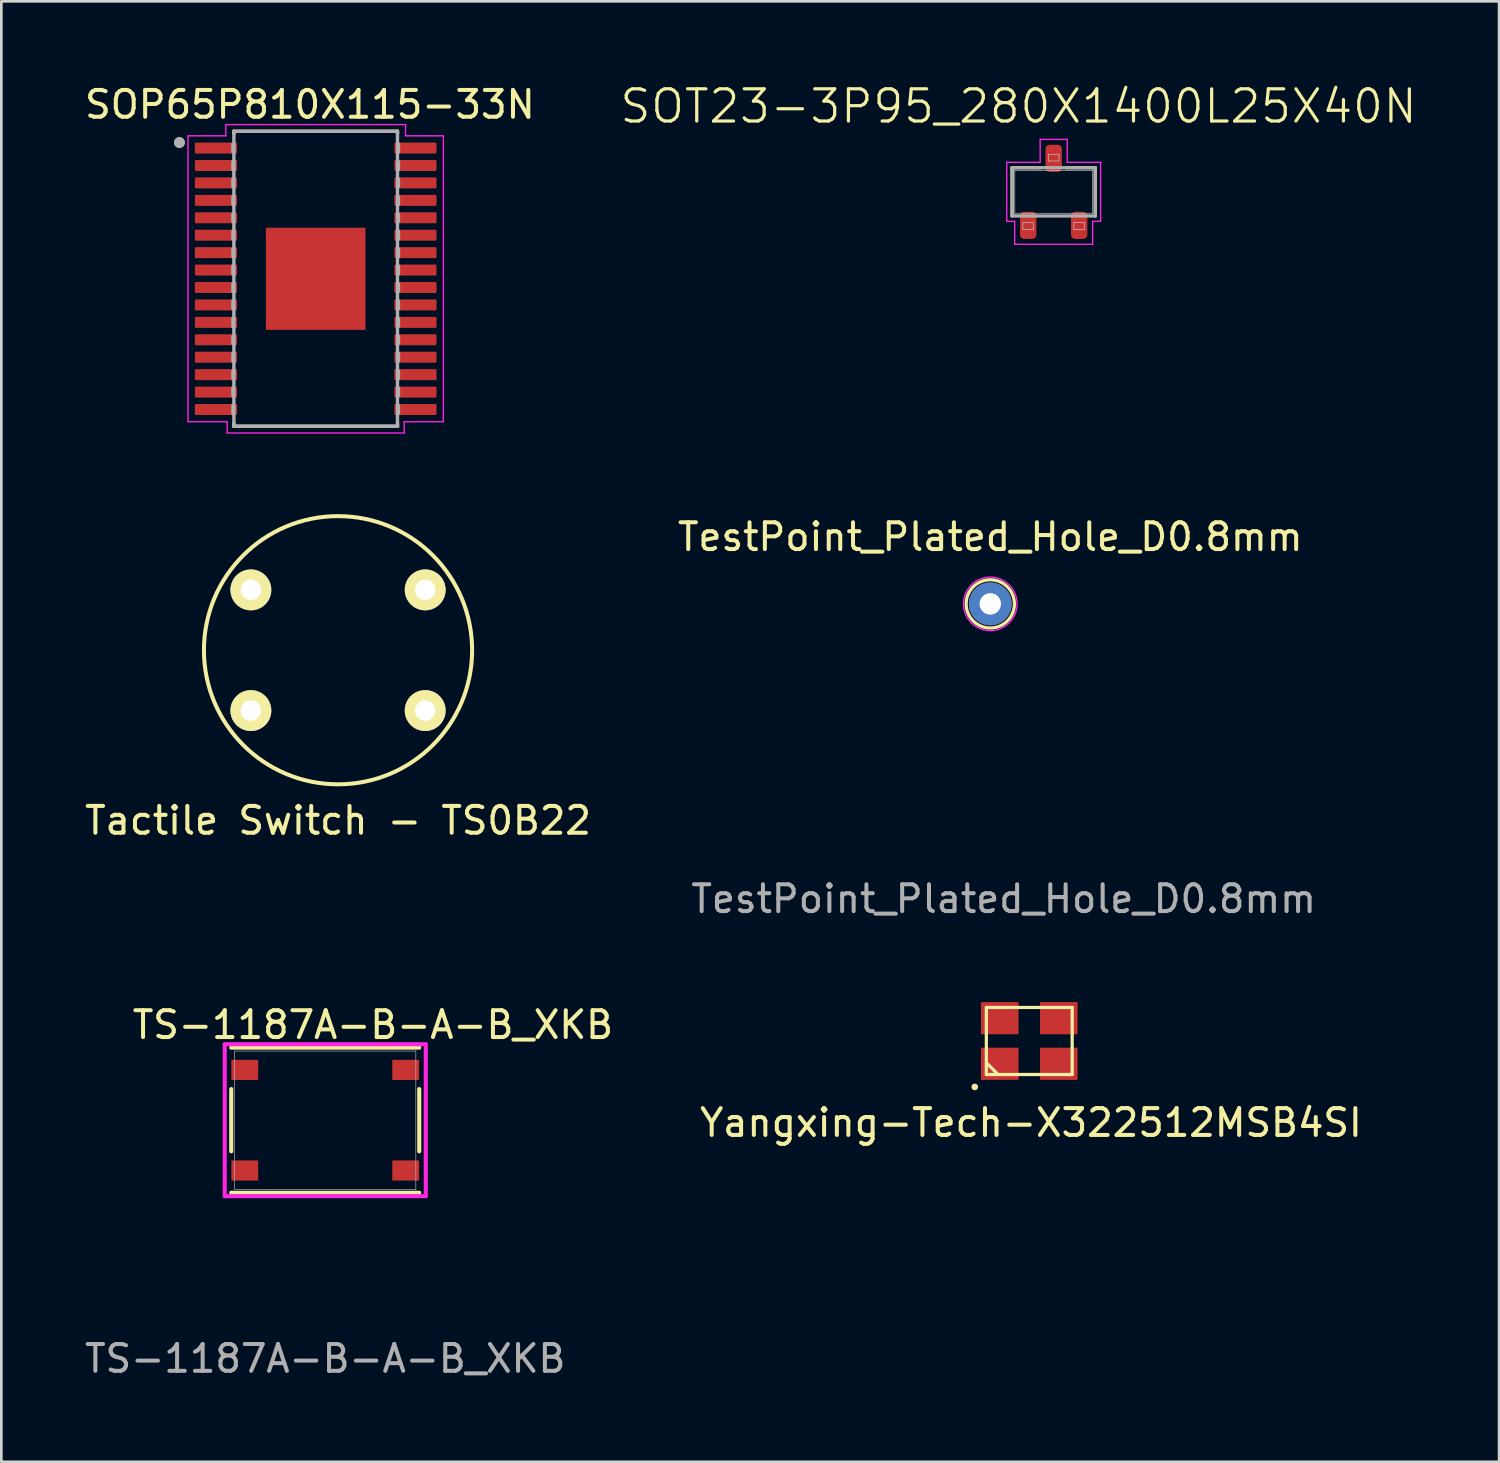
<source format=kicad_pcb>
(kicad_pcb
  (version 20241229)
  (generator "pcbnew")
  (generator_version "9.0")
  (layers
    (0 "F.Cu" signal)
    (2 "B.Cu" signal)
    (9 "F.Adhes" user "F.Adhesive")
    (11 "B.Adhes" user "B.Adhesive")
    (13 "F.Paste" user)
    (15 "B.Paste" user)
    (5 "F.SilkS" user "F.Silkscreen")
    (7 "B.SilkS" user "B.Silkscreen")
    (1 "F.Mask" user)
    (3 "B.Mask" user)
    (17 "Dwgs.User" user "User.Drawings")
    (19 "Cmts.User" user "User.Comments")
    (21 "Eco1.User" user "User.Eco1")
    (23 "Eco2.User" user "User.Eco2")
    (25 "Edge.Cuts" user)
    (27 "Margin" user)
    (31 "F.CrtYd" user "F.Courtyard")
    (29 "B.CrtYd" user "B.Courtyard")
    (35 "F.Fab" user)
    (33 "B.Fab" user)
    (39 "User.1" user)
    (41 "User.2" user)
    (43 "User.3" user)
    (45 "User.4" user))
  (footprint "Yangxing-Tech-X322512MSB4SI"
    (layer "F.Cu")
    (at 35.328 35.765)
    (property "Reference" "Yangxing-Tech-X322512MSB4SI" (at 0.064 3.048 0) (layer "F.SilkS") (effects (font (size 1 1) (thickness 0.15))))
    (attr smd)
    (fp_line (start -1.6 -1.25) (end -1.6 1.25) (stroke (width 0.12) (type solid)) (layer "F.SilkS"))
    (fp_line (start -1.6 -1.25) (end 1.6 -1.25) (stroke (width 0.12) (type solid)) (layer "F.SilkS"))
    (fp_line (start -1.587 0.826) (end -1.206 1.206) (stroke (width 0.12) (type solid)) (layer "F.SilkS"))
    (fp_line (start 1.6 -1.25) (end 1.6 1.25) (stroke (width 0.12) (type solid)) (layer "F.SilkS"))
    (fp_line (start 1.6 1.25) (end -1.6 1.25) (stroke (width 0.12) (type solid)) (layer "F.SilkS"))
    (fp_circle (center -2.032 1.714) (end -2.032 1.778) (stroke (width 0.12) (type solid)) (fill no) (layer "F.SilkS"))
    (pad "1" smd rect (at -1.1 0.85) (size 1.4 1.2) (layers "F.Cu" "F.Mask" "F.Paste"))
    (pad "2" smd rect (at 1.1 0.85) (size 1.4 1.2) (layers "F.Cu" "F.Mask" "F.Paste"))
    (pad "3" smd rect (at 1.1 -0.85) (size 1.4 1.2) (layers "F.Cu" "F.Mask" "F.Paste"))
    (pad "4" smd rect (at -1.1 -0.85) (size 1.4 1.2) (layers "F.Cu" "F.Mask" "F.Paste")))
  (footprint "TS-1187A-B-A-B_XKB"
    (layer "F.Cu")
    (at 9.077 38.719)
    (property "Reference" "TS-1187A-B-A-B_XKB" (at 1.778 -3.556 0) (unlocked yes) (layer "F.SilkS") (effects (font (size 1 1) (thickness 0.15))))
    (attr smd)
    (fp_line (start -3.505 -1.161) (end -3.505 1.161) (stroke (width 0.152) (type solid)) (layer "F.SilkS"))
    (fp_line (start -3.505 2.705) (end 3.505 2.705) (stroke (width 0.152) (type solid)) (layer "F.SilkS"))
    (fp_line (start 3.505 -2.705) (end -3.505 -2.705) (stroke (width 0.152) (type solid)) (layer "F.SilkS"))
    (fp_line (start 3.505 1.161) (end 3.505 -1.161) (stroke (width 0.152) (type solid)) (layer "F.SilkS"))
    (fp_line (start -3.749 -2.832) (end -3.749 2.832) (stroke (width 0.152) (type solid)) (layer "F.CrtYd"))
    (fp_line (start -3.749 2.832) (end 3.749 2.832) (stroke (width 0.152) (type solid)) (layer "F.CrtYd"))
    (fp_line (start 3.749 -2.832) (end -3.749 -2.832) (stroke (width 0.152) (type solid)) (layer "F.CrtYd"))
    (fp_line (start 3.749 2.832) (end 3.749 -2.832) (stroke (width 0.152) (type solid)) (layer "F.CrtYd"))
    (fp_line (start -3.378 -2.578) (end -3.378 2.578) (stroke (width 0.025) (type solid)) (layer "F.Fab"))
    (fp_line (start -3.378 2.578) (end 3.378 2.578) (stroke (width 0.025) (type solid)) (layer "F.Fab"))
    (fp_line (start 3.378 -2.578) (end -3.378 -2.578) (stroke (width 0.025) (type solid)) (layer "F.Fab"))
    (fp_line (start 3.378 2.578) (end 3.378 -2.578) (stroke (width 0.025) (type solid)) (layer "F.Fab"))
    (fp_text user "${REFERENCE}" (at 0 8.89 0) (unlocked yes) (layer "F.Fab") (effects (font (size 1 1) (thickness 0.15))))
    (pad "1" smd rect (at -3 -1.875) (size 1 0.75) (layers "F.Cu" "F.Mask" "F.Paste"))
    (pad "2" smd rect (at 3 -1.875) (size 1 0.75) (layers "F.Cu" "F.Mask" "F.Paste"))
    (pad "3" smd rect (at -3 1.875) (size 1 0.75) (layers "F.Cu" "F.Mask" "F.Paste"))
    (pad "4" smd rect (at 3 1.875) (size 1 0.75) (layers "F.Cu" "F.Mask" "F.Paste")))
  (footprint "Tactile Switch - TS0B22"
    (layer "F.Cu")
    (at 9.554 21.195)
    (property "Reference" "Tactile Switch - TS0B22" (at 0 6.35 0) (layer "F.SilkS") (effects (font (size 1 1) (thickness 0.15))))
    (attr through_hole)
    (fp_circle (center 0 0) (end 5 0) (stroke (width 0.15) (type solid)) (fill no) (layer "F.SilkS"))
    (pad "1" thru_hole circle (at -3.25 -2.25) (size 1.524 1.524) (drill 0.762) (layers "*.Cu" "*.Mask" "F.SilkS"))
    (pad "2" thru_hole circle (at 3.25 -2.25) (size 1.524 1.524) (drill 0.762) (layers "*.Cu" "*.Mask" "F.SilkS"))
    (pad "3" thru_hole circle (at 3.25 2.25) (size 1.524 1.524) (drill 0.762) (layers "*.Cu" "*.Mask" "F.SilkS"))
    (pad "4" thru_hole circle (at -3.25 2.25) (size 1.524 1.524) (drill 0.762) (layers "*.Cu" "*.Mask" "F.SilkS")))
  (footprint "SOT23-3P95_280X1400L25X40N"
    (layer "F.Cu")
    (at 36.239 4.103)
    (property "Reference" "SOT23-3P95_280X1400L25X40N" (at -1.31 -3.19 0) (layer "F.SilkS") (effects (font (size 1.2 1.2) (thickness 0.12))))
    (attr smd)
    (fp_line (start -1.55 -0.9) (end -0.485 -0.9) (stroke (width 0.12) (type solid)) (layer "F.SilkS"))
    (fp_line (start -1.55 0.9) (end -1.55 -0.9) (stroke (width 0.12) (type solid)) (layer "F.SilkS"))
    (fp_line (start 1.55 -0.9) (end 0.485 -0.9) (stroke (width 0.12) (type solid)) (layer "F.SilkS"))
    (fp_line (start 1.55 0.9) (end 1.55 -0.9) (stroke (width 0.12) (type solid)) (layer "F.SilkS"))
    (fp_line (start -1.45 -0.8) (end 1.45 -0.8) (stroke (width 0.025) (type solid)) (layer "Dwgs.User"))
    (fp_line (start -1.45 0.8) (end -1.45 -0.8) (stroke (width 0.025) (type solid)) (layer "Dwgs.User"))
    (fp_line (start -1.15 1.15) (end -0.75 1.15) (stroke (width 0.025) (type solid)) (layer "Dwgs.User"))
    (fp_line (start -1.15 1.4) (end -1.15 1.15) (stroke (width 0.025) (type solid)) (layer "Dwgs.User"))
    (fp_line (start -0.75 1.15) (end -0.75 1.4) (stroke (width 0.025) (type solid)) (layer "Dwgs.User"))
    (fp_line (start -0.75 1.4) (end -1.15 1.4) (stroke (width 0.025) (type solid)) (layer "Dwgs.User"))
    (fp_line (start -0.2 -1.4) (end 0.2 -1.4) (stroke (width 0.025) (type solid)) (layer "Dwgs.User"))
    (fp_line (start -0.2 -1.15) (end -0.2 -1.4) (stroke (width 0.025) (type solid)) (layer "Dwgs.User"))
    (fp_line (start 0.2 -1.4) (end 0.2 -1.15) (stroke (width 0.025) (type solid)) (layer "Dwgs.User"))
    (fp_line (start 0.2 -1.15) (end -0.2 -1.15) (stroke (width 0.025) (type solid)) (layer "Dwgs.User"))
    (fp_line (start 0.75 1.15) (end 1.15 1.15) (stroke (width 0.025) (type solid)) (layer "Dwgs.User"))
    (fp_line (start 0.75 1.4) (end 0.75 1.15) (stroke (width 0.025) (type solid)) (layer "Dwgs.User"))
    (fp_line (start 1.15 1.15) (end 1.15 1.4) (stroke (width 0.025) (type solid)) (layer "Dwgs.User"))
    (fp_line (start 1.15 1.4) (end 0.75 1.4) (stroke (width 0.025) (type solid)) (layer "Dwgs.User"))
    (fp_line (start 1.45 -0.8) (end 1.45 0.8) (stroke (width 0.025) (type solid)) (layer "Dwgs.User"))
    (fp_line (start 1.45 0.8) (end -1.45 0.8) (stroke (width 0.025) (type solid)) (layer "Dwgs.User"))
    (fp_line (start -1.75 -1.1) (end -1.75 1.1) (stroke (width 0.05) (type solid)) (layer "F.CrtYd"))
    (fp_line (start -1.75 1.1) (end -1.455 1.1) (stroke (width 0.05) (type solid)) (layer "F.CrtYd"))
    (fp_line (start -1.455 1.1) (end -1.455 1.955) (stroke (width 0.05) (type solid)) (layer "F.CrtYd"))
    (fp_line (start -1.455 1.955) (end 1.455 1.955) (stroke (width 0.05) (type solid)) (layer "F.CrtYd"))
    (fp_line (start -0.505 -1.955) (end -0.505 -1.1) (stroke (width 0.05) (type solid)) (layer "F.CrtYd"))
    (fp_line (start -0.505 -1.1) (end -1.75 -1.1) (stroke (width 0.05) (type solid)) (layer "F.CrtYd"))
    (fp_line (start 0.505 -1.955) (end -0.505 -1.955) (stroke (width 0.05) (type solid)) (layer "F.CrtYd"))
    (fp_line (start 0.505 -1.1) (end 0.505 -1.955) (stroke (width 0.05) (type solid)) (layer "F.CrtYd"))
    (fp_line (start 1.455 1.1) (end 1.75 1.1) (stroke (width 0.05) (type solid)) (layer "F.CrtYd"))
    (fp_line (start 1.455 1.955) (end 1.455 1.1) (stroke (width 0.05) (type solid)) (layer "F.CrtYd"))
    (fp_line (start 1.75 -1.1) (end 0.505 -1.1) (stroke (width 0.05) (type solid)) (layer "F.CrtYd"))
    (fp_line (start 1.75 1.1) (end 1.75 -1.1) (stroke (width 0.05) (type solid)) (layer "F.CrtYd"))
    (fp_line (start -1.55 -0.9) (end 1.55 -0.9) (stroke (width 0.12) (type solid)) (layer "F.Fab"))
    (fp_line (start -1.55 0.9) (end -1.55 -0.9) (stroke (width 0.12) (type solid)) (layer "F.Fab"))
    (fp_line (start 1.55 -0.9) (end 1.55 0.9) (stroke (width 0.12) (type solid)) (layer "F.Fab"))
    (fp_line (start 1.55 0.9) (end -1.55 0.9) (stroke (width 0.12) (type solid)) (layer "F.Fab"))
    (pad "1" smd roundrect (at -0.95 1.25 90) (size 1.01 0.61) (layers "F.Cu" "F.Mask" "F.Paste") (roundrect_rratio 0.246))
    (pad "2" smd roundrect (at 0.95 1.25 90) (size 1.01 0.61) (layers "F.Cu" "F.Mask" "F.Paste") (roundrect_rratio 0.246))
    (pad "3" smd roundrect (at 0 -1.25 90) (size 1.01 0.61) (layers "F.Cu" "F.Mask" "F.Paste") (roundrect_rratio 0.246)))
  (footprint "SOP65P810X115-33N"
    (layer "F.Cu")
    (at 8.721 7.345)
    (property "Reference" "SOP65P810X115-33N" (at -0.215 -6.497 0) (layer "F.SilkS") (effects (font (size 1 1) (thickness 0.15))))
    (attr smd)
    (fp_line (start -3.05 -5.5) (end -3.05 -5.4) (stroke (width 0.127) (type solid)) (layer "F.SilkS"))
    (fp_line (start -3.05 5.4) (end -3.05 5.5) (stroke (width 0.127) (type solid)) (layer "F.SilkS"))
    (fp_line (start -3.05 5.5) (end 3.05 5.5) (stroke (width 0.127) (type solid)) (layer "F.SilkS"))
    (fp_line (start 3.05 -5.5) (end -3.05 -5.5) (stroke (width 0.127) (type solid)) (layer "F.SilkS"))
    (fp_line (start 3.05 -5.4) (end 3.05 -5.5) (stroke (width 0.127) (type solid)) (layer "F.SilkS"))
    (fp_line (start 3.05 5.5) (end 3.05 5.4) (stroke (width 0.127) (type solid)) (layer "F.SilkS"))
    (fp_circle (center -5.08 -5.08) (end -4.98 -5.08) (stroke (width 0.2) (type solid)) (fill no) (layer "F.SilkS"))
    (fp_poly (pts (xy -1.485 -1.535) (xy -0.185 -1.535) (xy -0.185 -0.185) (xy -1.485 -0.185)) (stroke (width 0.01) (type solid)) (fill yes) (layer "F.Paste"))
    (fp_poly (pts (xy -1.485 0.185) (xy -0.185 0.185) (xy -0.185 1.535) (xy -1.485 1.535)) (stroke (width 0.01) (type solid)) (fill yes) (layer "F.Paste"))
    (fp_poly (pts (xy 0.185 -1.535) (xy 1.485 -1.535) (xy 1.485 -0.185) (xy 0.185 -0.185)) (stroke (width 0.01) (type solid)) (fill yes) (layer "F.Paste"))
    (fp_poly (pts (xy 0.185 0.185) (xy 1.485 0.185) (xy 1.485 1.535) (xy 0.185 1.535)) (stroke (width 0.01) (type solid)) (fill yes) (layer "F.Paste"))
    (fp_line (start -4.76 -5.33) (end -3.35 -5.33) (stroke (width 0.05) (type solid)) (layer "F.CrtYd"))
    (fp_line (start -4.76 5.33) (end -4.76 -5.33) (stroke (width 0.05) (type solid)) (layer "F.CrtYd"))
    (fp_line (start -3.35 -5.75) (end 3.35 -5.75) (stroke (width 0.05) (type solid)) (layer "F.CrtYd"))
    (fp_line (start -3.35 -5.33) (end -3.35 -5.75) (stroke (width 0.05) (type solid)) (layer "F.CrtYd"))
    (fp_line (start -3.3 5.33) (end -4.76 5.33) (stroke (width 0.05) (type solid)) (layer "F.CrtYd"))
    (fp_line (start -3.3 5.75) (end -3.3 5.33) (stroke (width 0.05) (type solid)) (layer "F.CrtYd"))
    (fp_line (start 3.3 5.33) (end 3.3 5.75) (stroke (width 0.05) (type solid)) (layer "F.CrtYd"))
    (fp_line (start 3.3 5.75) (end -3.3 5.75) (stroke (width 0.05) (type solid)) (layer "F.CrtYd"))
    (fp_line (start 3.35 -5.75) (end 3.35 -5.33) (stroke (width 0.05) (type solid)) (layer "F.CrtYd"))
    (fp_line (start 3.35 -5.33) (end 4.76 -5.33) (stroke (width 0.05) (type solid)) (layer "F.CrtYd"))
    (fp_line (start 4.76 -5.33) (end 4.76 5.33) (stroke (width 0.05) (type solid)) (layer "F.CrtYd"))
    (fp_line (start 4.76 5.33) (end 3.3 5.33) (stroke (width 0.05) (type solid)) (layer "F.CrtYd"))
    (fp_line (start -3.099 -4.724) (end -3.099 -5.029) (stroke (width 0.1) (type solid)) (layer "F.Fab"))
    (fp_line (start -3.099 -4.064) (end -3.099 -4.369) (stroke (width 0.1) (type solid)) (layer "F.Fab"))
    (fp_line (start -3.099 -3.429) (end -3.099 -3.734) (stroke (width 0.1) (type solid)) (layer "F.Fab"))
    (fp_line (start -3.099 -2.769) (end -3.099 -3.073) (stroke (width 0.1) (type solid)) (layer "F.Fab"))
    (fp_line (start -3.099 -2.134) (end -3.099 -2.413) (stroke (width 0.1) (type solid)) (layer "F.Fab"))
    (fp_line (start -3.099 -1.473) (end -3.099 -1.778) (stroke (width 0.1) (type solid)) (layer "F.Fab"))
    (fp_line (start -3.099 -0.813) (end -3.099 -1.118) (stroke (width 0.1) (type solid)) (layer "F.Fab"))
    (fp_line (start -3.099 -0.178) (end -3.099 -0.483) (stroke (width 0.1) (type solid)) (layer "F.Fab"))
    (fp_line (start -3.099 0.483) (end -3.099 0.178) (stroke (width 0.1) (type solid)) (layer "F.Fab"))
    (fp_line (start -3.099 1.118) (end -3.099 0.813) (stroke (width 0.1) (type solid)) (layer "F.Fab"))
    (fp_line (start -3.099 1.778) (end -3.099 1.473) (stroke (width 0.1) (type solid)) (layer "F.Fab"))
    (fp_line (start -3.099 2.413) (end -3.099 2.134) (stroke (width 0.1) (type solid)) (layer "F.Fab"))
    (fp_line (start -3.099 3.073) (end -3.099 2.769) (stroke (width 0.1) (type solid)) (layer "F.Fab"))
    (fp_line (start -3.099 3.734) (end -3.099 3.429) (stroke (width 0.1) (type solid)) (layer "F.Fab"))
    (fp_line (start -3.099 4.369) (end -3.099 4.064) (stroke (width 0.1) (type solid)) (layer "F.Fab"))
    (fp_line (start -3.099 5.029) (end -3.099 4.724) (stroke (width 0.1) (type solid)) (layer "F.Fab"))
    (fp_line (start -3.05 -5.5) (end -3.05 5.5) (stroke (width 0.127) (type solid)) (layer "F.Fab"))
    (fp_line (start -3.05 5.5) (end 3.05 5.5) (stroke (width 0.127) (type solid)) (layer "F.Fab"))
    (fp_line (start 3.05 -5.5) (end -3.05 -5.5) (stroke (width 0.127) (type solid)) (layer "F.Fab"))
    (fp_line (start 3.05 5.5) (end 3.05 -5.5) (stroke (width 0.127) (type solid)) (layer "F.Fab"))
    (fp_line (start 3.099 -5.029) (end 3.099 -4.724) (stroke (width 0.1) (type solid)) (layer "F.Fab"))
    (fp_line (start 3.099 -4.369) (end 3.099 -4.064) (stroke (width 0.1) (type solid)) (layer "F.Fab"))
    (fp_line (start 3.099 -3.734) (end 3.099 -3.429) (stroke (width 0.1) (type solid)) (layer "F.Fab"))
    (fp_line (start 3.099 -3.073) (end 3.099 -2.769) (stroke (width 0.1) (type solid)) (layer "F.Fab"))
    (fp_line (start 3.099 -2.413) (end 3.099 -2.134) (stroke (width 0.1) (type solid)) (layer "F.Fab"))
    (fp_line (start 3.099 -1.778) (end 3.099 -1.473) (stroke (width 0.1) (type solid)) (layer "F.Fab"))
    (fp_line (start 3.099 -1.118) (end 3.099 -0.813) (stroke (width 0.1) (type solid)) (layer "F.Fab"))
    (fp_line (start 3.099 -0.483) (end 3.099 -0.178) (stroke (width 0.1) (type solid)) (layer "F.Fab"))
    (fp_line (start 3.099 0.178) (end 3.099 0.483) (stroke (width 0.1) (type solid)) (layer "F.Fab"))
    (fp_line (start 3.099 0.813) (end 3.099 1.118) (stroke (width 0.1) (type solid)) (layer "F.Fab"))
    (fp_line (start 3.099 1.473) (end 3.099 1.778) (stroke (width 0.1) (type solid)) (layer "F.Fab"))
    (fp_line (start 3.099 2.134) (end 3.099 2.413) (stroke (width 0.1) (type solid)) (layer "F.Fab"))
    (fp_line (start 3.099 2.769) (end 3.099 3.073) (stroke (width 0.1) (type solid)) (layer "F.Fab"))
    (fp_line (start 3.099 3.429) (end 3.099 3.734) (stroke (width 0.1) (type solid)) (layer "F.Fab"))
    (fp_line (start 3.099 4.064) (end 3.099 4.369) (stroke (width 0.1) (type solid)) (layer "F.Fab"))
    (fp_line (start 3.099 4.724) (end 3.099 5.029) (stroke (width 0.1) (type solid)) (layer "F.Fab"))
    (fp_circle (center -5.08 -5.08) (end -4.98 -5.08) (stroke (width 0.2) (type solid)) (fill no) (layer "F.Fab"))
    (pad "1" smd roundrect (at -3.72 -4.875) (size 1.57 0.41) (layers "F.Cu" "F.Mask" "F.Paste") (roundrect_rratio 0.1))
    (pad "2" smd roundrect (at -3.72 -4.225) (size 1.57 0.41) (layers "F.Cu" "F.Mask" "F.Paste") (roundrect_rratio 0.1))
    (pad "3" smd roundrect (at -3.72 -3.575) (size 1.57 0.41) (layers "F.Cu" "F.Mask" "F.Paste") (roundrect_rratio 0.1))
    (pad "4" smd roundrect (at -3.72 -2.925) (size 1.57 0.41) (layers "F.Cu" "F.Mask" "F.Paste") (roundrect_rratio 0.1))
    (pad "5" smd roundrect (at -3.72 -2.275) (size 1.57 0.41) (layers "F.Cu" "F.Mask" "F.Paste") (roundrect_rratio 0.1))
    (pad "6" smd roundrect (at -3.72 -1.625) (size 1.57 0.41) (layers "F.Cu" "F.Mask" "F.Paste") (roundrect_rratio 0.1))
    (pad "7" smd roundrect (at -3.72 -0.975) (size 1.57 0.41) (layers "F.Cu" "F.Mask" "F.Paste") (roundrect_rratio 0.1))
    (pad "8" smd roundrect (at -3.72 -0.325) (size 1.57 0.41) (layers "F.Cu" "F.Mask" "F.Paste") (roundrect_rratio 0.1))
    (pad "9" smd roundrect (at -3.72 0.325) (size 1.57 0.41) (layers "F.Cu" "F.Mask" "F.Paste") (roundrect_rratio 0.1))
    (pad "10" smd roundrect (at -3.72 0.975) (size 1.57 0.41) (layers "F.Cu" "F.Mask" "F.Paste") (roundrect_rratio 0.1))
    (pad "11" smd roundrect (at -3.72 1.625) (size 1.57 0.41) (layers "F.Cu" "F.Mask" "F.Paste") (roundrect_rratio 0.1))
    (pad "12" smd roundrect (at -3.72 2.275) (size 1.57 0.41) (layers "F.Cu" "F.Mask" "F.Paste") (roundrect_rratio 0.1))
    (pad "13" smd roundrect (at -3.72 2.925) (size 1.57 0.41) (layers "F.Cu" "F.Mask" "F.Paste") (roundrect_rratio 0.1))
    (pad "14" smd roundrect (at -3.72 3.575) (size 1.57 0.41) (layers "F.Cu" "F.Mask" "F.Paste") (roundrect_rratio 0.1))
    (pad "15" smd roundrect (at -3.72 4.225) (size 1.57 0.41) (layers "F.Cu" "F.Mask" "F.Paste") (roundrect_rratio 0.1))
    (pad "16" smd roundrect (at -3.72 4.875) (size 1.57 0.41) (layers "F.Cu" "F.Mask" "F.Paste") (roundrect_rratio 0.1))
    (pad "17" smd roundrect (at 3.72 4.875 180) (size 1.57 0.41) (layers "F.Cu" "F.Mask" "F.Paste") (roundrect_rratio 0.1))
    (pad "18" smd roundrect (at 3.72 4.225 180) (size 1.57 0.41) (layers "F.Cu" "F.Mask" "F.Paste") (roundrect_rratio 0.1))
    (pad "19" smd roundrect (at 3.72 3.575 180) (size 1.57 0.41) (layers "F.Cu" "F.Mask" "F.Paste") (roundrect_rratio 0.1))
    (pad "20" smd roundrect (at 3.72 2.925 180) (size 1.57 0.41) (layers "F.Cu" "F.Mask" "F.Paste") (roundrect_rratio 0.1))
    (pad "21" smd roundrect (at 3.72 2.275 180) (size 1.57 0.41) (layers "F.Cu" "F.Mask" "F.Paste") (roundrect_rratio 0.1))
    (pad "22" smd roundrect (at 3.72 1.625 180) (size 1.57 0.41) (layers "F.Cu" "F.Mask" "F.Paste") (roundrect_rratio 0.1))
    (pad "23" smd roundrect (at 3.72 0.975 180) (size 1.57 0.41) (layers "F.Cu" "F.Mask" "F.Paste") (roundrect_rratio 0.1))
    (pad "24" smd roundrect (at 3.72 0.325 180) (size 1.57 0.41) (layers "F.Cu" "F.Mask" "F.Paste") (roundrect_rratio 0.1))
    (pad "25" smd roundrect (at 3.72 -0.325 180) (size 1.57 0.41) (layers "F.Cu" "F.Mask" "F.Paste") (roundrect_rratio 0.1))
    (pad "26" smd roundrect (at 3.72 -0.975 180) (size 1.57 0.41) (layers "F.Cu" "F.Mask" "F.Paste") (roundrect_rratio 0.1))
    (pad "27" smd roundrect (at 3.72 -1.625 180) (size 1.57 0.41) (layers "F.Cu" "F.Mask" "F.Paste") (roundrect_rratio 0.1))
    (pad "28" smd roundrect (at 3.72 -2.275 180) (size 1.57 0.41) (layers "F.Cu" "F.Mask" "F.Paste") (roundrect_rratio 0.1))
    (pad "29" smd roundrect (at 3.72 -2.925 180) (size 1.57 0.41) (layers "F.Cu" "F.Mask" "F.Paste") (roundrect_rratio 0.1))
    (pad "30" smd roundrect (at 3.72 -3.575 180) (size 1.57 0.41) (layers "F.Cu" "F.Mask" "F.Paste") (roundrect_rratio 0.1))
    (pad "31" smd roundrect (at 3.72 -4.225 180) (size 1.57 0.41) (layers "F.Cu" "F.Mask" "F.Paste") (roundrect_rratio 0.1))
    (pad "32" smd roundrect (at 3.72 -4.875 180) (size 1.57 0.41) (layers "F.Cu" "F.Mask" "F.Paste") (roundrect_rratio 0.1))
    (pad "33" smd rect (at 0 0) (size 3.71 3.81) (layers "F.Cu" "F.Mask")))
  (footprint "TestPoint_Plated_Hole_D0.8mm"
    (layer "F.Cu")
    (at 33.875 19.467)
    (property "Reference" "TestPoint_Plated_Hole_D0.8mm" (at 0 -2.498 0) (layer "F.SilkS") (effects (font (size 1 1) (thickness 0.15))))
    (attr exclude_from_pos_files exclude_from_bom)
    (fp_circle (center 0 0) (end 0.9 0) (stroke (width 0.12) (type solid)) (fill no) (layer "F.SilkS"))
    (fp_circle (center 0 0) (end 1 0) (stroke (width 0.05) (type solid)) (fill no) (layer "F.CrtYd"))
    (fp_text user "${REFERENCE}" (at 0.5 11 0) (layer "F.Fab") (effects (font (size 1 1) (thickness 0.15))))
    (pad "1" thru_hole circle (at 0 0) (size 1.6 1.6) (drill 0.8) (layers "*.Cu" "*.Mask")))
  (gr_rect
    (start -3 -3)
    (end 52.846 51.457)
    (stroke (width 0.1) (type default))
    (fill no)
    (layer "Edge.Cuts")))
</source>
